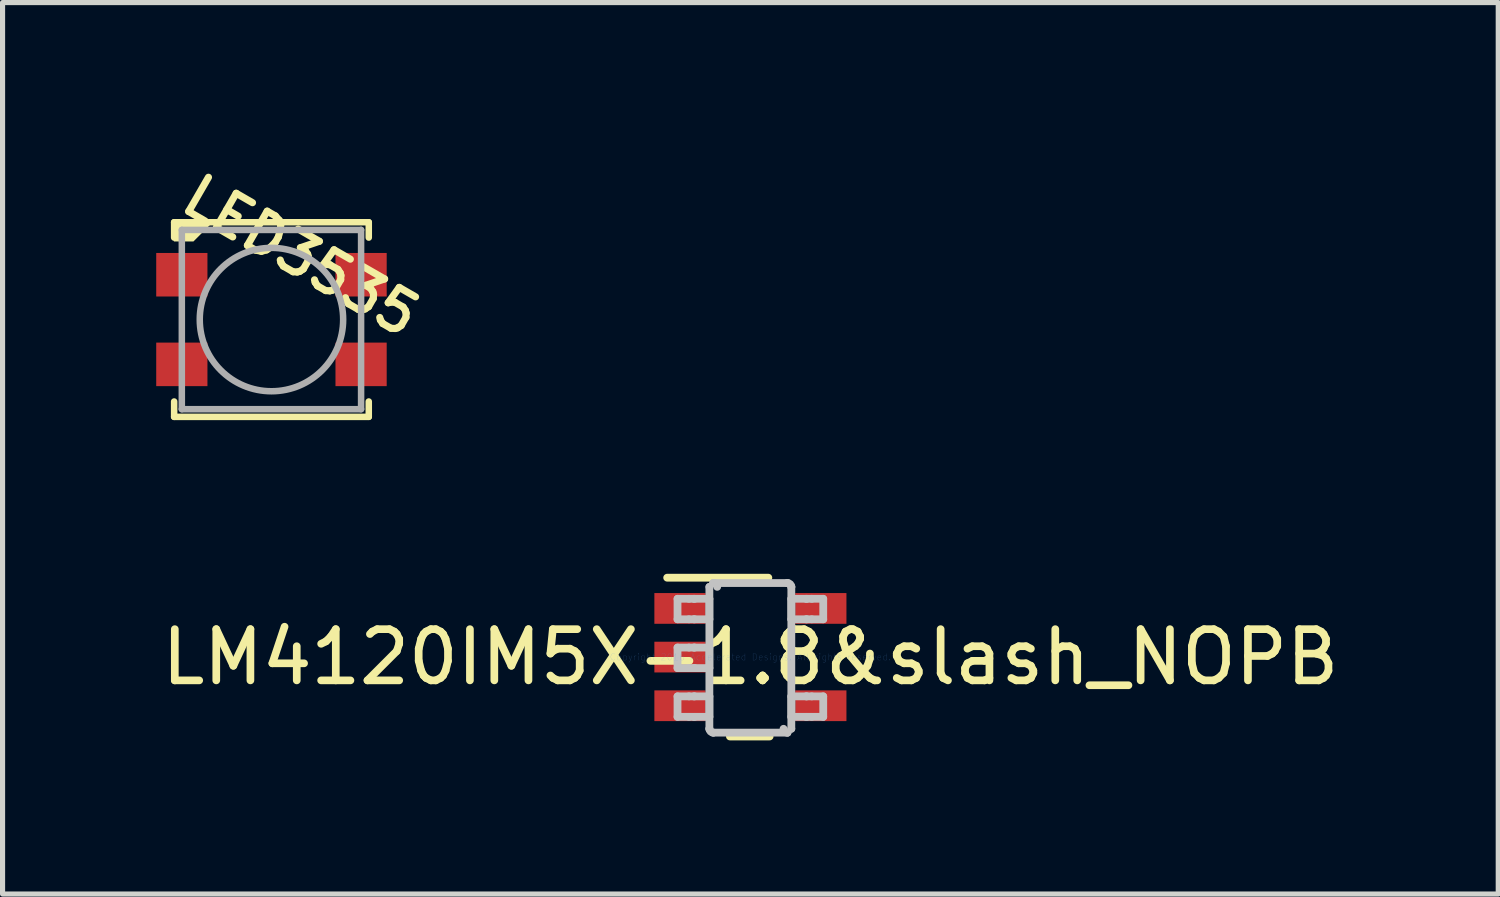
<source format=kicad_pcb>
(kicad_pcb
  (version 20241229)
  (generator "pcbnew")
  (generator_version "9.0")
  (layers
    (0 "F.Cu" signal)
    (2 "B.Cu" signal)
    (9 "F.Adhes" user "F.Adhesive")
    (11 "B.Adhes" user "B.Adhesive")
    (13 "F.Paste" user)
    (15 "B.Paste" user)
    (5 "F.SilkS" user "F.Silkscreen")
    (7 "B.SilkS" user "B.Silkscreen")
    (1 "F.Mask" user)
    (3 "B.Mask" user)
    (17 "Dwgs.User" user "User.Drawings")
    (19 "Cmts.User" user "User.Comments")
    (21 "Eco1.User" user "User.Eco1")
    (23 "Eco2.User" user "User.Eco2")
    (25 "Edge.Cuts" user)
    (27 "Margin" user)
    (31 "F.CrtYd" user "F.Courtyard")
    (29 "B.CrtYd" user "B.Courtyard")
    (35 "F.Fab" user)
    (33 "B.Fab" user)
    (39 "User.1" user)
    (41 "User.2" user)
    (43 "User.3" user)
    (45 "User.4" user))
  (footprint "LM4120IM5X-1.8&slash_NOPB"
    (layer "F.Cu")
    (at 11.601 9.779)
    (property "Reference" "LM4120IM5X-1.8&slash_NOPB" (at 0 0 0) (layer "F.SilkS") (effects (font (size 1 1) (thickness 0.15))))
    (attr through_hole)
    (fp_line (start -1.625 -1.55) (end 0.35 -1.55) (stroke (width 0.152) (type solid)) (layer "F.SilkS"))
    (fp_line (start -0.4 1.55) (end 0.375 1.55) (stroke (width 0.152) (type solid)) (layer "F.SilkS"))
    (fp_line (start -1.423 -1.138) (end -1.199 -1.138) (stroke (width 0.152) (type solid)) (layer "Dwgs.User"))
    (fp_line (start -1.423 -0.738) (end -1.423 -1.138) (stroke (width 0.152) (type solid)) (layer "Dwgs.User"))
    (fp_line (start -1.423 -0.738) (end -1.199 -0.738) (stroke (width 0.152) (type solid)) (layer "Dwgs.User"))
    (fp_line (start -1.423 -0.186) (end -1.199 -0.186) (stroke (width 0.152) (type solid)) (layer "Dwgs.User"))
    (fp_line (start -1.423 0.215) (end -1.423 -0.186) (stroke (width 0.152) (type solid)) (layer "Dwgs.User"))
    (fp_line (start -1.423 0.215) (end -1.199 0.215) (stroke (width 0.152) (type solid)) (layer "Dwgs.User"))
    (fp_line (start -1.423 0.767) (end -1.199 0.767) (stroke (width 0.152) (type solid)) (layer "Dwgs.User"))
    (fp_line (start -1.423 1.167) (end -1.423 0.767) (stroke (width 0.152) (type solid)) (layer "Dwgs.User"))
    (fp_line (start -1.423 1.167) (end -1.199 1.167) (stroke (width 0.152) (type solid)) (layer "Dwgs.User"))
    (fp_line (start -1.199 -1.138) (end -1.105 -1.138) (stroke (width 0.152) (type solid)) (layer "Dwgs.User"))
    (fp_line (start -1.199 -0.738) (end -1.105 -0.738) (stroke (width 0.152) (type solid)) (layer "Dwgs.User"))
    (fp_line (start -1.199 -0.186) (end -1.105 -0.186) (stroke (width 0.152) (type solid)) (layer "Dwgs.User"))
    (fp_line (start -1.199 0.215) (end -1.105 0.215) (stroke (width 0.152) (type solid)) (layer "Dwgs.User"))
    (fp_line (start -1.199 0.767) (end -1.105 0.767) (stroke (width 0.152) (type solid)) (layer "Dwgs.User"))
    (fp_line (start -1.199 1.167) (end -1.105 1.167) (stroke (width 0.152) (type solid)) (layer "Dwgs.User"))
    (fp_line (start -1.105 -1.138) (end -1.088 -1.138) (stroke (width 0.152) (type solid)) (layer "Dwgs.User"))
    (fp_line (start -1.105 -0.738) (end -1.088 -0.738) (stroke (width 0.152) (type solid)) (layer "Dwgs.User"))
    (fp_line (start -1.105 -0.186) (end -1.088 -0.186) (stroke (width 0.152) (type solid)) (layer "Dwgs.User"))
    (fp_line (start -1.105 0.215) (end -1.088 0.215) (stroke (width 0.152) (type solid)) (layer "Dwgs.User"))
    (fp_line (start -1.105 0.767) (end -1.088 0.767) (stroke (width 0.152) (type solid)) (layer "Dwgs.User"))
    (fp_line (start -1.105 1.167) (end -1.088 1.167) (stroke (width 0.152) (type solid)) (layer "Dwgs.User"))
    (fp_line (start -1.088 -1.138) (end -0.835 -1.138) (stroke (width 0.152) (type solid)) (layer "Dwgs.User"))
    (fp_line (start -1.088 -0.738) (end -0.835 -0.738) (stroke (width 0.152) (type solid)) (layer "Dwgs.User"))
    (fp_line (start -1.088 -0.186) (end -0.835 -0.186) (stroke (width 0.152) (type solid)) (layer "Dwgs.User"))
    (fp_line (start -1.088 0.215) (end -0.835 0.215) (stroke (width 0.152) (type solid)) (layer "Dwgs.User"))
    (fp_line (start -1.088 0.767) (end -0.835 0.767) (stroke (width 0.152) (type solid)) (layer "Dwgs.User"))
    (fp_line (start -1.088 1.167) (end -0.835 1.167) (stroke (width 0.152) (type solid)) (layer "Dwgs.User"))
    (fp_line (start -0.835 -1.138) (end -0.801 -1.138) (stroke (width 0.152) (type solid)) (layer "Dwgs.User"))
    (fp_line (start -0.835 -0.738) (end -0.801 -0.738) (stroke (width 0.152) (type solid)) (layer "Dwgs.User"))
    (fp_line (start -0.835 -0.186) (end -0.801 -0.186) (stroke (width 0.152) (type solid)) (layer "Dwgs.User"))
    (fp_line (start -0.835 0.215) (end -0.801 0.215) (stroke (width 0.152) (type solid)) (layer "Dwgs.User"))
    (fp_line (start -0.835 0.767) (end -0.801 0.767) (stroke (width 0.152) (type solid)) (layer "Dwgs.User"))
    (fp_line (start -0.835 1.167) (end -0.801 1.167) (stroke (width 0.152) (type solid)) (layer "Dwgs.User"))
    (fp_line (start -0.801 -1.37) (end -0.801 -1.371) (stroke (width 0.152) (type solid)) (layer "Dwgs.User"))
    (fp_line (start -0.801 -0.738) (end -0.801 -1.138) (stroke (width 0.152) (type solid)) (layer "Dwgs.User"))
    (fp_line (start -0.801 0.215) (end -0.801 -0.186) (stroke (width 0.152) (type solid)) (layer "Dwgs.User"))
    (fp_line (start -0.801 1.167) (end -0.801 0.767) (stroke (width 0.152) (type solid)) (layer "Dwgs.User"))
    (fp_line (start -0.801 1.399) (end -0.801 -1.37) (stroke (width 0.152) (type solid)) (layer "Dwgs.User"))
    (fp_line (start -0.801 1.4) (end -0.801 1.399) (stroke (width 0.152) (type solid)) (layer "Dwgs.User"))
    (fp_line (start -0.725 -1.446) (end -0.725 -1.446) (stroke (width 0.152) (type solid)) (layer "Dwgs.User"))
    (fp_line (start -0.725 1.475) (end -0.725 1.475) (stroke (width 0.152) (type solid)) (layer "Dwgs.User"))
    (fp_line (start -0.725 -1.446) (end 0.723 -1.446) (stroke (width 0.152) (type solid)) (layer "Dwgs.User"))
    (fp_line (start -0.725 1.475) (end 0.723 1.475) (stroke (width 0.152) (type solid)) (layer "Dwgs.User"))
    (fp_line (start 0.723 -1.446) (end 0.724 -1.446) (stroke (width 0.152) (type solid)) (layer "Dwgs.User"))
    (fp_line (start 0.723 1.475) (end 0.724 1.475) (stroke (width 0.152) (type solid)) (layer "Dwgs.User"))
    (fp_line (start 0.799 -1.37) (end 0.799 -1.371) (stroke (width 0.152) (type solid)) (layer "Dwgs.User"))
    (fp_line (start 0.799 -1.138) (end 0.834 -1.138) (stroke (width 0.152) (type solid)) (layer "Dwgs.User"))
    (fp_line (start 0.799 -0.738) (end 0.799 -1.138) (stroke (width 0.152) (type solid)) (layer "Dwgs.User"))
    (fp_line (start 0.799 -0.738) (end 0.834 -0.738) (stroke (width 0.152) (type solid)) (layer "Dwgs.User"))
    (fp_line (start 0.799 0.767) (end 0.834 0.767) (stroke (width 0.152) (type solid)) (layer "Dwgs.User"))
    (fp_line (start 0.799 1.167) (end 0.799 0.767) (stroke (width 0.152) (type solid)) (layer "Dwgs.User"))
    (fp_line (start 0.799 1.167) (end 0.834 1.167) (stroke (width 0.152) (type solid)) (layer "Dwgs.User"))
    (fp_line (start 0.799 1.399) (end 0.799 -1.37) (stroke (width 0.152) (type solid)) (layer "Dwgs.User"))
    (fp_line (start 0.799 1.4) (end 0.799 1.399) (stroke (width 0.152) (type solid)) (layer "Dwgs.User"))
    (fp_line (start 0.834 -1.138) (end 1.087 -1.138) (stroke (width 0.152) (type solid)) (layer "Dwgs.User"))
    (fp_line (start 0.834 -0.738) (end 1.087 -0.738) (stroke (width 0.152) (type solid)) (layer "Dwgs.User"))
    (fp_line (start 0.834 0.767) (end 1.087 0.767) (stroke (width 0.152) (type solid)) (layer "Dwgs.User"))
    (fp_line (start 0.834 1.167) (end 1.087 1.167) (stroke (width 0.152) (type solid)) (layer "Dwgs.User"))
    (fp_line (start 1.087 -1.138) (end 1.103 -1.138) (stroke (width 0.152) (type solid)) (layer "Dwgs.User"))
    (fp_line (start 1.087 -0.738) (end 1.103 -0.738) (stroke (width 0.152) (type solid)) (layer "Dwgs.User"))
    (fp_line (start 1.087 0.767) (end 1.103 0.767) (stroke (width 0.152) (type solid)) (layer "Dwgs.User"))
    (fp_line (start 1.087 1.167) (end 1.103 1.167) (stroke (width 0.152) (type solid)) (layer "Dwgs.User"))
    (fp_line (start 1.103 -1.138) (end 1.198 -1.138) (stroke (width 0.152) (type solid)) (layer "Dwgs.User"))
    (fp_line (start 1.103 -0.738) (end 1.198 -0.738) (stroke (width 0.152) (type solid)) (layer "Dwgs.User"))
    (fp_line (start 1.103 0.767) (end 1.198 0.767) (stroke (width 0.152) (type solid)) (layer "Dwgs.User"))
    (fp_line (start 1.103 1.167) (end 1.198 1.167) (stroke (width 0.152) (type solid)) (layer "Dwgs.User"))
    (fp_line (start 1.198 -1.138) (end 1.422 -1.138) (stroke (width 0.152) (type solid)) (layer "Dwgs.User"))
    (fp_line (start 1.198 -0.738) (end 1.422 -0.738) (stroke (width 0.152) (type solid)) (layer "Dwgs.User"))
    (fp_line (start 1.198 0.767) (end 1.422 0.767) (stroke (width 0.152) (type solid)) (layer "Dwgs.User"))
    (fp_line (start 1.198 1.167) (end 1.422 1.167) (stroke (width 0.152) (type solid)) (layer "Dwgs.User"))
    (fp_line (start 1.422 -0.738) (end 1.422 -1.138) (stroke (width 0.152) (type solid)) (layer "Dwgs.User"))
    (fp_line (start 1.422 1.167) (end 1.422 0.767) (stroke (width 0.152) (type solid)) (layer "Dwgs.User"))
    (fp_arc (start -0.724553 1.475001) (mid -0.777896 1.453214) (end -0.800733 1.400313) (stroke (width 0.1524) (type solid)) (layer "Dwgs.User"))
    (fp_arc (start -0.72454 -1.445999) (mid -0.671189 -1.424209) (end -0.648348 -1.3713) (stroke (width 0.1524) (type solid)) (layer "Dwgs.User"))
    (fp_arc (start 0.723255 -1.445999) (mid 0.776606 -1.424209) (end 0.799447 -1.3713) (stroke (width 0.1524) (type solid)) (layer "Dwgs.User"))
    (fp_arc (start 0.723268 1.475001) (mid 0.669925 1.453214) (end 0.647088 1.400313) (stroke (width 0.1524) (type solid)) (layer "Dwgs.User"))
    (fp_text user "Copyright 2016 Accelerated Designs. All rights reserved." (at 0 0 0) (layer "Cmts.User") (effects (font (size 0.127 0.127) (thickness 0.002))))
    (pad "" smd rect (at -1.375 -0.95 90) (size 0.6 1) (layers "F.Paste"))
    (pad "" smd rect (at -1.375 -0.95 90) (size 0.702 1.102) (layers "F.Mask"))
    (pad "" smd rect (at -1.375 0 90) (size 0.6 1) (layers "F.Paste"))
    (pad "" smd rect (at -1.375 0 90) (size 0.702 1.102) (layers "F.Mask"))
    (pad "" smd rect (at -1.375 0.95 90) (size 0.6 1) (layers "F.Paste"))
    (pad "" smd rect (at -1.375 0.95 90) (size 0.702 1.102) (layers "F.Mask"))
    (pad "" smd rect (at 1.375 -0.95 90) (size 0.6 1) (layers "F.Paste"))
    (pad "" smd rect (at 1.375 -0.95 90) (size 0.702 1.102) (layers "F.Mask"))
    (pad "" smd rect (at 1.375 0.95 90) (size 0.6 1) (layers "F.Paste"))
    (pad "" smd rect (at 1.375 0.95 90) (size 0.702 1.102) (layers "F.Mask"))
    (pad "1" smd rect (at -1.375 -0.95 90) (size 0.6 1) (layers "F.Cu"))
    (pad "2" smd rect (at -1.375 0 90) (size 0.6 1) (layers "F.Cu"))
    (pad "3" smd rect (at -1.375 0.95 90) (size 0.6 1) (layers "F.Cu"))
    (pad "4" smd rect (at 1.375 0.95 90) (size 0.6 1) (layers "F.Cu"))
    (pad "5" smd rect (at 1.375 -0.95 90) (size 0.6 1) (layers "F.Cu")))
  (footprint "LED3535"
    (layer "F.Cu")
    (at 2.25 3.189)
    (property "Reference" "LED3535" (at -1.905 -2.159 150) (layer "F.SilkS") (effects (font (size 0.772 0.772) (thickness 0.139)) (justify left bottom)))
    (attr through_hole)
    (fp_line (start -1.9 -1.9) (end 1.9 -1.9) (stroke (width 0.127) (type solid)) (layer "F.SilkS"))
    (fp_line (start -1.9 -1.6) (end -1.9 -1.9) (stroke (width 0.127) (type solid)) (layer "F.SilkS"))
    (fp_line (start -1.9 1.6) (end -1.9 1.9) (stroke (width 0.127) (type solid)) (layer "F.SilkS"))
    (fp_line (start -1.9 1.9) (end 1.9 1.9) (stroke (width 0.127) (type solid)) (layer "F.SilkS"))
    (fp_line (start 1.9 -1.9) (end 1.9 -1.6) (stroke (width 0.127) (type solid)) (layer "F.SilkS"))
    (fp_line (start 1.9 1.9) (end 1.9 1.6) (stroke (width 0.127) (type solid)) (layer "F.SilkS"))
    (fp_poly (pts (xy -1.905 -1.905) (xy -1.905 -1.524) (xy -1.524 -1.524) (xy -1.143 -1.905)) (stroke (width 0) (type solid)) (fill yes) (layer "F.SilkS"))
    (fp_line (start -1.75 1.75) (end -1.75 -1.75) (stroke (width 0.127) (type solid)) (layer "F.Fab"))
    (fp_line (start -1.75 -1.75) (end 1.75 -1.75) (stroke (width 0.127) (type solid)) (layer "F.Fab"))
    (fp_line (start 1.75 1.75) (end -1.75 1.75) (stroke (width 0.127) (type solid)) (layer "F.Fab"))
    (fp_line (start 1.75 -1.75) (end 1.75 1.75) (stroke (width 0.127) (type solid)) (layer "F.Fab"))
    (fp_circle (center 0 0) (end 1.4 0) (stroke (width 0.127) (type solid)) (fill no) (layer "F.Fab"))
    (pad "1" smd rect (at -1.75 -0.875 90) (size 0.85 1) (layers "F.Cu" "F.Mask" "F.Paste"))
    (pad "2" smd rect (at -1.75 0.875 90) (size 0.85 1) (layers "F.Cu" "F.Mask" "F.Paste"))
    (pad "3" smd rect (at 1.75 0.875 90) (size 0.85 1) (layers "F.Cu" "F.Mask" "F.Paste"))
    (pad "4" smd rect (at 1.75 -0.875 90) (size 0.85 1) (layers "F.Cu" "F.Mask" "F.Paste")))
  (gr_rect
    (start -3 -3)
    (end 26.202 14.405)
    (stroke (width 0.1) (type default))
    (fill no)
    (layer "Edge.Cuts")))
</source>
